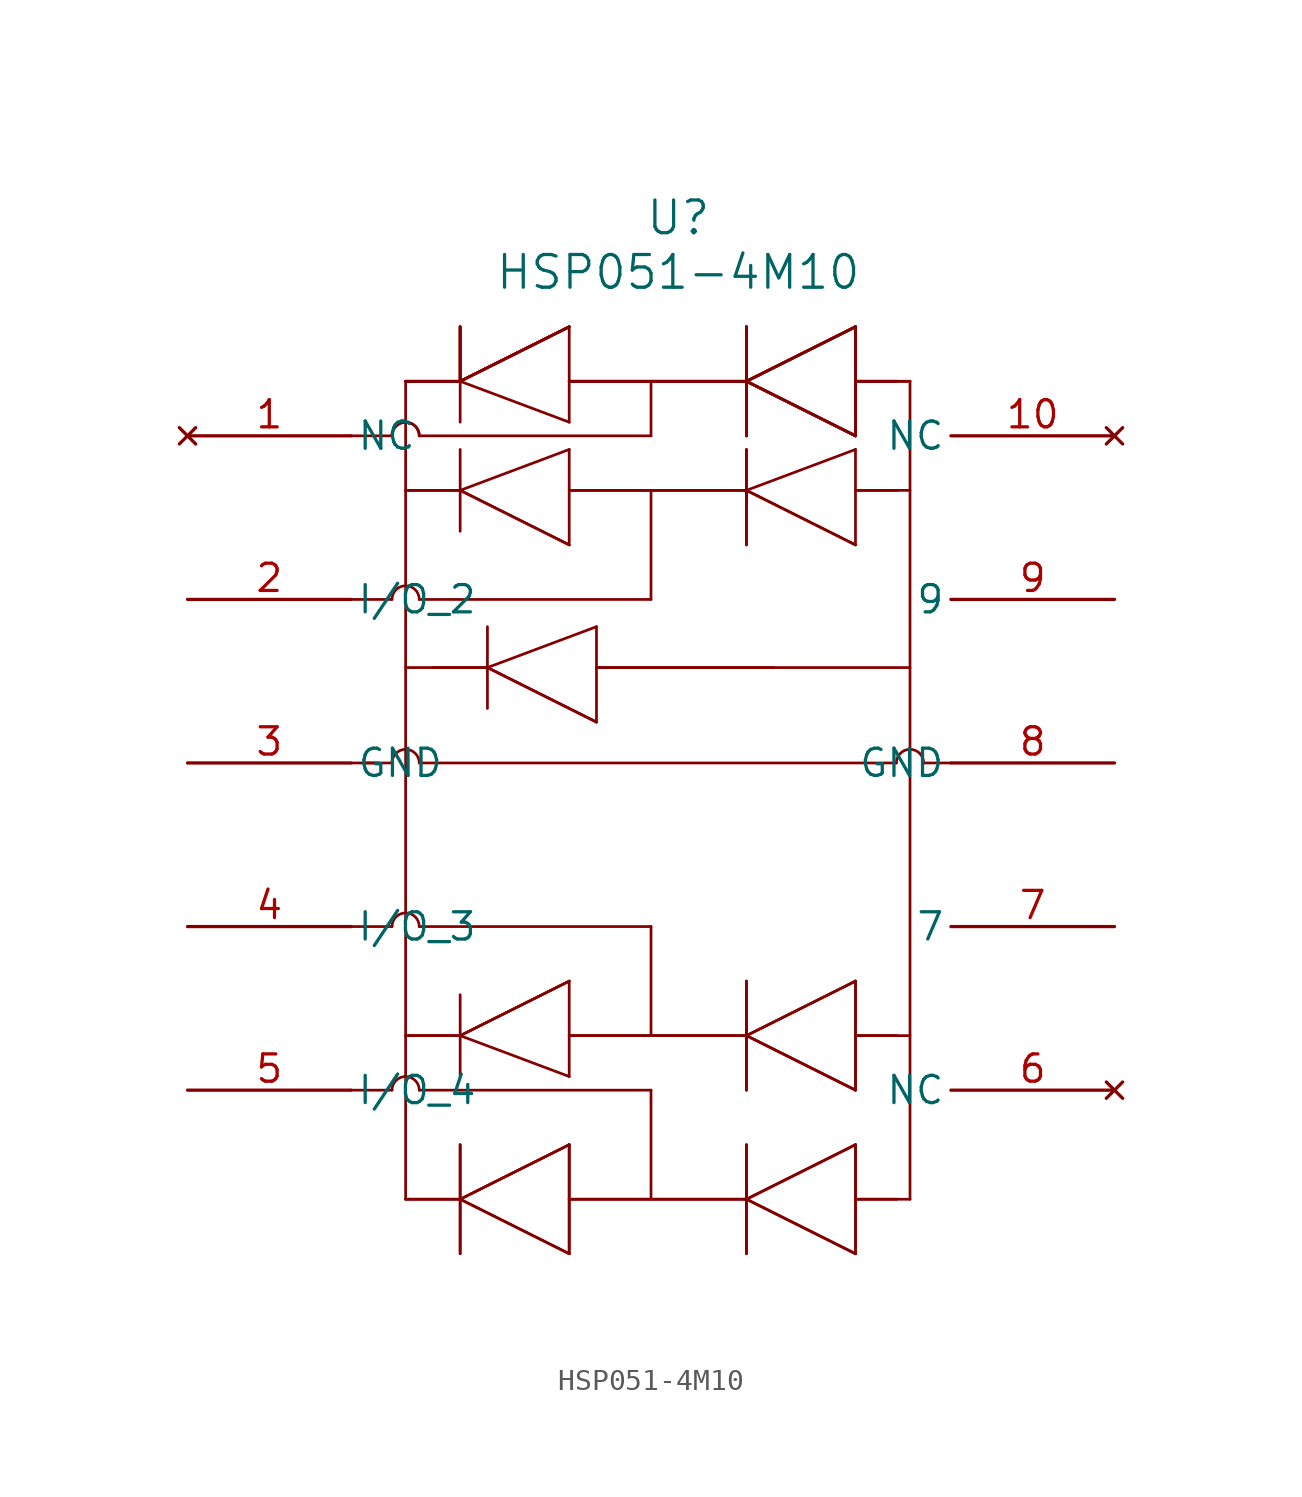
<source format=kicad_sym>
(kicad_symbol_lib
  (version 20211014)
  (generator kicad_symbol_editor)
  (symbol "HSP051-4M10"
    (pin_names
      (offset 0.254))
    (property "Reference" "U"
      (at 20.32 10.16 0)
      (effects (font (size 1.524 1.524))))
    (property "Value" "HSP051-4M10"
      (at 20.32 7.62 0)
      (effects (font (size 1.524 1.524))))
    (symbol "HSP051-4M10_0_1"
      (polyline (pts (xy 7.62 -30.48) (xy 7.62 -35.56)) (stroke (width 0.127) (type default) (color 0 0 0 0)) (fill (type none)))
      (polyline (pts (xy 7.62 2.54) (xy 10.16 2.54)) (stroke (width 0.127) (type default) (color 0 0 0 0)) (fill (type none)))
      (polyline (pts (xy 10.16 2.54) (xy 10.16 5.08)) (stroke (width 0.127) (type default) (color 0 0 0 0)) (fill (type none)))
      (polyline (pts (xy 10.16 2.54) (xy 10.16 0.635)) (stroke (width 0.127) (type default) (color 0 0 0 0)) (fill (type none)))
      (polyline (pts (xy 10.16 2.54) (xy 15.24 5.08)) (stroke (width 0.127) (type default) (color 0 0 0 0)) (fill (type none)))
      (polyline (pts (xy 15.24 0.635) (xy 10.16 2.54)) (stroke (width 0.127) (type default) (color 0 0 0 0)) (fill (type none)))
      (polyline (pts (xy 7.62 2.54) (xy 10.16 2.54)) (stroke (width 0.127) (type default) (color 0 0 0 0)) (fill (type none)))
      (polyline (pts (xy 10.16 2.54) (xy 10.16 5.08)) (stroke (width 0.127) (type default) (color 0 0 0 0)) (fill (type none)))
      (polyline (pts (xy 15.24 5.08) (xy 15.24 0.635)) (stroke (width 0.127) (type default) (color 0 0 0 0)) (fill (type none)))
      (polyline (pts (xy 10.16 2.54) (xy 15.24 5.08)) (stroke (width 0.127) (type default) (color 0 0 0 0)) (fill (type none)))
      (polyline (pts (xy 15.24 2.54) (xy 23.495 2.54)) (stroke (width 0.127) (type default) (color 0 0 0 0)) (fill (type none)))
      (polyline (pts (xy 23.495 2.54) (xy 23.495 5.08)) (stroke (width 0.127) (type default) (color 0 0 0 0)) (fill (type none)))
      (polyline (pts (xy 23.495 3.175) (xy 23.495 0.635)) (stroke (width 0.127) (type default) (color 0 0 0 0)) (fill (type none)))
      (polyline (pts (xy 23.495 0.635) (xy 23.495 0)) (stroke (width 0.127) (type default) (color 0 0 0 0)) (fill (type none)))
      (polyline (pts (xy 31.115 -35.56) (xy 31.115 2.54)) (stroke (width 0.127) (type default) (color 0 0 0 0)) (fill (type none)))
      (polyline (pts (xy 8.255 -30.48) (xy 19.05 -30.48)) (stroke (width 0.127) (type default) (color 0 0 0 0)) (fill (type none)))
      (polyline (pts (xy 23.495 2.54) (xy 28.575 5.08)) (stroke (width 0.127) (type default) (color 0 0 0 0)) (fill (type none)))
      (arc (start 8.255 -30.48) (mid 7.62 -29.845) (end 6.985 -30.48) (stroke (width 0.127) (type default) (color 0 0 0 0)) (fill (type none)))
      (polyline (pts (xy 7.62 -30.48) (xy 7.62 2.54)) (stroke (width 0.127) (type default) (color 0 0 0 0)) (fill (type none)))
      (polyline (pts (xy 28.575 5.08) (xy 28.575 0)) (stroke (width 0.127) (type default) (color 0 0 0 0)) (fill (type none)))
      (polyline (pts (xy 28.575 0) (xy 23.495 2.54)) (stroke (width 0.127) (type default) (color 0 0 0 0)) (fill (type none)))
      (polyline (pts (xy 28.575 2.54) (xy 30.48 2.54)) (stroke (width 0.127) (type default) (color 0 0 0 0)) (fill (type none)))
      (polyline (pts (xy 30.48 2.54) (xy 31.115 2.54)) (stroke (width 0.127) (type default) (color 0 0 0 0)) (fill (type none)))
      (polyline (pts (xy 7.62 -35.56) (xy 10.16 -35.56)) (stroke (width 0.127) (type default) (color 0 0 0 0)) (fill (type none)))
      (polyline (pts (xy 23.495 2.54) (xy 28.575 5.08)) (stroke (width 0.127) (type default) (color 0 0 0 0)) (fill (type none)))
      (polyline (pts (xy 28.575 5.08) (xy 28.575 0)) (stroke (width 0.127) (type default) (color 0 0 0 0)) (fill (type none)))
      (polyline (pts (xy 28.575 0) (xy 23.495 2.54)) (stroke (width 0.127) (type default) (color 0 0 0 0)) (fill (type none)))
      (polyline (pts (xy 28.575 2.54) (xy 30.48 2.54)) (stroke (width 0.127) (type default) (color 0 0 0 0)) (fill (type none)))
      (polyline (pts (xy 15.24 2.54) (xy 23.495 2.54)) (stroke (width 0.127) (type default) (color 0 0 0 0)) (fill (type none)))
      (polyline (pts (xy 23.495 2.54) (xy 23.495 5.08)) (stroke (width 0.127) (type default) (color 0 0 0 0)) (fill (type none)))
      (polyline (pts (xy 23.495 3.175) (xy 23.495 0.635)) (stroke (width 0.127) (type default) (color 0 0 0 0)) (fill (type none)))
      (polyline (pts (xy 23.495 0.635) (xy 23.495 0)) (stroke (width 0.127) (type default) (color 0 0 0 0)) (fill (type none)))
      (polyline (pts (xy 7.62 2.54) (xy 10.16 2.54)) (stroke (width 0.127) (type default) (color 0 0 0 0)) (fill (type none)))
      (polyline (pts (xy 10.16 2.54) (xy 10.16 5.08)) (stroke (width 0.127) (type default) (color 0 0 0 0)) (fill (type none)))
      (polyline (pts (xy 10.16 2.54) (xy 15.24 5.08)) (stroke (width 0.127) (type default) (color 0 0 0 0)) (fill (type none)))
      (polyline (pts (xy 7.62 2.54) (xy 10.16 2.54)) (stroke (width 0.127) (type default) (color 0 0 0 0)) (fill (type none)))
      (polyline (pts (xy 10.16 2.54) (xy 10.16 5.08)) (stroke (width 0.127) (type default) (color 0 0 0 0)) (fill (type none)))
      (polyline (pts (xy 10.16 2.54) (xy 15.24 5.08)) (stroke (width 0.127) (type default) (color 0 0 0 0)) (fill (type none)))
      (polyline (pts (xy 15.24 2.54) (xy 23.495 2.54)) (stroke (width 0.127) (type default) (color 0 0 0 0)) (fill (type none)))
      (polyline (pts (xy 23.495 2.54) (xy 23.495 5.08)) (stroke (width 0.127) (type default) (color 0 0 0 0)) (fill (type none)))
      (polyline (pts (xy 23.495 3.175) (xy 23.495 0.635)) (stroke (width 0.127) (type default) (color 0 0 0 0)) (fill (type none)))
      (polyline (pts (xy 23.495 0.635) (xy 23.495 0)) (stroke (width 0.127) (type default) (color 0 0 0 0)) (fill (type none)))
      (polyline (pts (xy 23.495 2.54) (xy 28.575 5.08)) (stroke (width 0.127) (type default) (color 0 0 0 0)) (fill (type none)))
      (polyline (pts (xy 28.575 5.08) (xy 28.575 0)) (stroke (width 0.127) (type default) (color 0 0 0 0)) (fill (type none)))
      (polyline (pts (xy 28.575 0) (xy 23.495 2.54)) (stroke (width 0.127) (type default) (color 0 0 0 0)) (fill (type none)))
      (polyline (pts (xy 28.575 2.54) (xy 30.48 2.54)) (stroke (width 0.127) (type default) (color 0 0 0 0)) (fill (type none)))
      (polyline (pts (xy 30.48 2.54) (xy 31.115 2.54)) (stroke (width 0.127) (type default) (color 0 0 0 0)) (fill (type none)))
      (polyline (pts (xy 10.16 -35.56) (xy 10.16 -33.02)) (stroke (width 0.127) (type default) (color 0 0 0 0)) (fill (type none)))
      (polyline (pts (xy 23.495 2.54) (xy 28.575 5.08)) (stroke (width 0.127) (type default) (color 0 0 0 0)) (fill (type none)))
      (polyline (pts (xy 28.575 5.08) (xy 28.575 0)) (stroke (width 0.127) (type default) (color 0 0 0 0)) (fill (type none)))
      (polyline (pts (xy 28.575 0) (xy 23.495 2.54)) (stroke (width 0.127) (type default) (color 0 0 0 0)) (fill (type none)))
      (polyline (pts (xy 28.575 2.54) (xy 30.48 2.54)) (stroke (width 0.127) (type default) (color 0 0 0 0)) (fill (type none)))
      (polyline (pts (xy 15.24 2.54) (xy 23.495 2.54)) (stroke (width 0.127) (type default) (color 0 0 0 0)) (fill (type none)))
      (polyline (pts (xy 23.495 2.54) (xy 23.495 5.08)) (stroke (width 0.127) (type default) (color 0 0 0 0)) (fill (type none)))
      (polyline (pts (xy 23.495 3.175) (xy 23.495 0.635)) (stroke (width 0.127) (type default) (color 0 0 0 0)) (fill (type none)))
      (polyline (pts (xy 23.495 0.635) (xy 23.495 0)) (stroke (width 0.127) (type default) (color 0 0 0 0)) (fill (type none)))
      (polyline (pts (xy 10.16 -35.56) (xy 10.16 -38.1)) (stroke (width 0.127) (type default) (color 0 0 0 0)) (fill (type none)))
      (polyline (pts (xy 10.16 -35.56) (xy 15.24 -33.02)) (stroke (width 0.127) (type default) (color 0 0 0 0)) (fill (type none)))
      (polyline (pts (xy 15.24 -38.1) (xy 10.16 -35.56)) (stroke (width 0.127) (type default) (color 0 0 0 0)) (fill (type none)))
      (polyline (pts (xy 7.62 -35.56) (xy 10.16 -35.56)) (stroke (width 0.127) (type default) (color 0 0 0 0)) (fill (type none)))
      (polyline (pts (xy 10.16 -35.56) (xy 10.16 -33.02)) (stroke (width 0.127) (type default) (color 0 0 0 0)) (fill (type none)))
      (polyline (pts (xy 10.16 -35.56) (xy 10.16 -38.1)) (stroke (width 0.127) (type default) (color 0 0 0 0)) (fill (type none)))
      (polyline (pts (xy 10.16 -35.56) (xy 15.24 -33.02)) (stroke (width 0.127) (type default) (color 0 0 0 0)) (fill (type none)))
      (polyline (pts (xy 15.24 -38.1) (xy 10.16 -35.56)) (stroke (width 0.127) (type default) (color 0 0 0 0)) (fill (type none)))
      (polyline (pts (xy 15.24 -33.02) (xy 15.24 -38.1)) (stroke (width 0.127) (type default) (color 0 0 0 0)) (fill (type none)))
      (polyline (pts (xy 15.24 -35.56) (xy 23.495 -35.56)) (stroke (width 0.127) (type default) (color 0 0 0 0)) (fill (type none)))
      (polyline (pts (xy 23.495 -35.56) (xy 23.495 -33.02)) (stroke (width 0.127) (type default) (color 0 0 0 0)) (fill (type none)))
      (polyline (pts (xy 23.495 -34.925) (xy 23.495 -37.465)) (stroke (width 0.127) (type default) (color 0 0 0 0)) (fill (type none)))
      (polyline (pts (xy 23.495 -37.465) (xy 23.495 -38.1)) (stroke (width 0.127) (type default) (color 0 0 0 0)) (fill (type none)))
      (polyline (pts (xy 23.495 -35.56) (xy 28.575 -33.02)) (stroke (width 0.127) (type default) (color 0 0 0 0)) (fill (type none)))
      (polyline (pts (xy 28.575 -33.02) (xy 28.575 -38.1)) (stroke (width 0.127) (type default) (color 0 0 0 0)) (fill (type none)))
      (polyline (pts (xy 28.575 -38.1) (xy 23.495 -35.56)) (stroke (width 0.127) (type default) (color 0 0 0 0)) (fill (type none)))
      (polyline (pts (xy 28.575 -35.56) (xy 30.48 -35.56)) (stroke (width 0.127) (type default) (color 0 0 0 0)) (fill (type none)))
      (polyline (pts (xy 30.48 -35.56) (xy 31.115 -35.56)) (stroke (width 0.127) (type default) (color 0 0 0 0)) (fill (type none)))
      (polyline (pts (xy 19.05 -30.48) (xy 19.05 -35.56)) (stroke (width 0.127) (type default) (color 0 0 0 0)) (fill (type none)))
      (polyline (pts (xy 23.495 -35.56) (xy 28.575 -33.02)) (stroke (width 0.127) (type default) (color 0 0 0 0)) (fill (type none)))
      (polyline (pts (xy 28.575 -33.02) (xy 28.575 -38.1)) (stroke (width 0.127) (type default) (color 0 0 0 0)) (fill (type none)))
      (polyline (pts (xy 28.575 -38.1) (xy 23.495 -35.56)) (stroke (width 0.127) (type default) (color 0 0 0 0)) (fill (type none)))
      (polyline (pts (xy 28.575 -35.56) (xy 30.48 -35.56)) (stroke (width 0.127) (type default) (color 0 0 0 0)) (fill (type none)))
      (polyline (pts (xy 15.24 -33.02) (xy 15.24 -38.1)) (stroke (width 0.127) (type default) (color 0 0 0 0)) (fill (type none)))
      (polyline (pts (xy 15.24 -35.56) (xy 23.495 -35.56)) (stroke (width 0.127) (type default) (color 0 0 0 0)) (fill (type none)))
      (polyline (pts (xy 23.495 -35.56) (xy 23.495 -33.02)) (stroke (width 0.127) (type default) (color 0 0 0 0)) (fill (type none)))
      (polyline (pts (xy 23.495 -34.925) (xy 23.495 -37.465)) (stroke (width 0.127) (type default) (color 0 0 0 0)) (fill (type none)))
      (polyline (pts (xy 23.495 -37.465) (xy 23.495 -38.1)) (stroke (width 0.127) (type default) (color 0 0 0 0)) (fill (type none)))
      (polyline (pts (xy 28.575 -27.94) (xy 30.48 -27.94)) (stroke (width 0.127) (type default) (color 0 0 0 0)) (fill (type none)))
      (polyline (pts (xy 30.48 -27.94) (xy 31.115 -27.94)) (stroke (width 0.127) (type default) (color 0 0 0 0)) (fill (type none)))
      (polyline (pts (xy 28.575 -27.94) (xy 30.48 -27.94)) (stroke (width 0.127) (type default) (color 0 0 0 0)) (fill (type none)))
      (polyline (pts (xy 7.62 -27.94) (xy 10.16 -27.94)) (stroke (width 0.127) (type default) (color 0 0 0 0)) (fill (type none)))
      (polyline (pts (xy 10.16 -27.94) (xy 10.16 -26.035)) (stroke (width 0.127) (type default) (color 0 0 0 0)) (fill (type none)))
      (polyline (pts (xy 10.16 -27.94) (xy 10.16 -29.845)) (stroke (width 0.127) (type default) (color 0 0 0 0)) (fill (type none)))
      (polyline (pts (xy 10.16 -27.94) (xy 15.24 -25.4)) (stroke (width 0.127) (type default) (color 0 0 0 0)) (fill (type none)))
      (polyline (pts (xy 15.24 -29.845) (xy 10.16 -27.94)) (stroke (width 0.127) (type default) (color 0 0 0 0)) (fill (type none)))
      (polyline (pts (xy 7.62 -27.94) (xy 10.16 -27.94)) (stroke (width 0.127) (type default) (color 0 0 0 0)) (fill (type none)))
      (polyline (pts (xy 15.24 -25.4) (xy 15.24 -29.845)) (stroke (width 0.127) (type default) (color 0 0 0 0)) (fill (type none)))
      (polyline (pts (xy 5.715 -15.24) (xy 6.35 -15.24)) (stroke (width 0.127) (type default) (color 0 0 0 0)) (fill (type none)))
      (polyline (pts (xy 10.16 -27.94) (xy 15.24 -25.4)) (stroke (width 0.127) (type default) (color 0 0 0 0)) (fill (type none)))
      (arc (start 8.255 -15.24) (mid 7.62 -14.605) (end 6.985 -15.24) (stroke (width 0.127) (type default) (color 0 0 0 0)) (fill (type none)))
      (arc (start 8.255 -22.86) (mid 7.62 -22.225) (end 6.985 -22.86) (stroke (width 0.127) (type default) (color 0 0 0 0)) (fill (type none)))
      (polyline (pts (xy 15.24 -27.94) (xy 23.495 -27.94)) (stroke (width 0.127) (type default) (color 0 0 0 0)) (fill (type none)))
      (polyline (pts (xy 23.495 -27.94) (xy 23.495 -25.4)) (stroke (width 0.127) (type default) (color 0 0 0 0)) (fill (type none)))
      (polyline (pts (xy 23.495 -27.305) (xy 23.495 -29.845)) (stroke (width 0.127) (type default) (color 0 0 0 0)) (fill (type none)))
      (polyline (pts (xy 23.495 -29.845) (xy 23.495 -30.48)) (stroke (width 0.127) (type default) (color 0 0 0 0)) (fill (type none)))
      (polyline (pts (xy 23.495 -27.94) (xy 28.575 -25.4)) (stroke (width 0.127) (type default) (color 0 0 0 0)) (fill (type none)))
      (polyline (pts (xy 28.575 -25.4) (xy 28.575 -30.48)) (stroke (width 0.127) (type default) (color 0 0 0 0)) (fill (type none)))
      (polyline (pts (xy 28.575 -30.48) (xy 23.495 -27.94)) (stroke (width 0.127) (type default) (color 0 0 0 0)) (fill (type none)))
      (polyline (pts (xy 19.05 -22.86) (xy 19.05 -27.94)) (stroke (width 0.127) (type default) (color 0 0 0 0)) (fill (type none)))
      (polyline (pts (xy 23.495 -27.94) (xy 28.575 -25.4)) (stroke (width 0.127) (type default) (color 0 0 0 0)) (fill (type none)))
      (polyline (pts (xy 28.575 -25.4) (xy 28.575 -30.48)) (stroke (width 0.127) (type default) (color 0 0 0 0)) (fill (type none)))
      (polyline (pts (xy 28.575 -30.48) (xy 23.495 -27.94)) (stroke (width 0.127) (type default) (color 0 0 0 0)) (fill (type none)))
      (polyline (pts (xy 8.255 -22.86) (xy 19.05 -22.86)) (stroke (width 0.127) (type default) (color 0 0 0 0)) (fill (type none)))
      (polyline (pts (xy 15.24 -27.94) (xy 23.495 -27.94)) (stroke (width 0.127) (type default) (color 0 0 0 0)) (fill (type none)))
      (polyline (pts (xy 23.495 -27.94) (xy 23.495 -25.4)) (stroke (width 0.127) (type default) (color 0 0 0 0)) (fill (type none)))
      (polyline (pts (xy 23.495 -27.305) (xy 23.495 -29.845)) (stroke (width 0.127) (type default) (color 0 0 0 0)) (fill (type none)))
      (polyline (pts (xy 23.495 -29.845) (xy 23.495 -30.48)) (stroke (width 0.127) (type default) (color 0 0 0 0)) (fill (type none)))
      (polyline (pts (xy 5.08 -15.24) (xy 6.985 -15.24)) (stroke (width 0.127) (type default) (color 0 0 0 0)) (fill (type none)))
      (polyline (pts (xy 5.08 -30.48) (xy 6.985 -30.48)) (stroke (width 0.127) (type default) (color 0 0 0 0)) (fill (type none)))
      (polyline (pts (xy 5.08 -22.86) (xy 6.985 -22.86)) (stroke (width 0.127) (type default) (color 0 0 0 0)) (fill (type none)))
      (arc (start 8.255 0) (mid 7.62 0.635) (end 6.985 0) (stroke (width 0.127) (type default) (color 0 0 0 0)) (fill (type none)))
      (arc (start 8.255 0) (mid 7.62 0.635) (end 6.985 0) (stroke (width 0.127) (type default) (color 0 0 0 0)) (fill (type none)))
      (arc (start 31.75 -15.24) (mid 31.115 -14.605) (end 30.48 -15.24) (stroke (width 0.127) (type default) (color 0 0 0 0)) (fill (type none)))
      (polyline (pts (xy 8.255 -15.24) (xy 30.48 -15.24)) (stroke (width 0.127) (type default) (color 0 0 0 0)) (fill (type none)))
      (polyline (pts (xy 31.75 -15.24) (xy 33.02 -15.24)) (stroke (width 0.127) (type default) (color 0 0 0 0)) (fill (type none)))
      (arc (start 8.255 -7.62) (mid 7.62 -6.985) (end 6.985 -7.62) (stroke (width 0.127) (type default) (color 0 0 0 0)) (fill (type none)))
      (polyline (pts (xy 28.575 -2.54) (xy 30.48 -2.54)) (stroke (width 0.127) (type default) (color 0 0 0 0)) (fill (type none)))
      (polyline (pts (xy 28.575 -2.54) (xy 30.48 -2.54)) (stroke (width 0.127) (type default) (color 0 0 0 0)) (fill (type none)))
      (polyline (pts (xy 7.62 -2.54) (xy 10.16 -2.54)) (stroke (width 0.127) (type default) (color 0 0 0 0)) (fill (type none)))
      (polyline (pts (xy 10.16 -2.54) (xy 10.16 -4.445)) (stroke (width 0.127) (type default) (color 0 0 0 0)) (fill (type none)))
      (polyline (pts (xy 10.16 -2.54) (xy 10.16 -0.635)) (stroke (width 0.127) (type default) (color 0 0 0 0)) (fill (type none)))
      (polyline (pts (xy 10.16 -2.54) (xy 15.24 -5.08)) (stroke (width 0.127) (type default) (color 0 0 0 0)) (fill (type none)))
      (polyline (pts (xy 15.24 -0.635) (xy 10.16 -2.54)) (stroke (width 0.127) (type default) (color 0 0 0 0)) (fill (type none)))
      (polyline (pts (xy 7.62 -2.54) (xy 10.16 -2.54)) (stroke (width 0.127) (type default) (color 0 0 0 0)) (fill (type none)))
      (polyline (pts (xy 15.24 -5.08) (xy 15.24 -0.635)) (stroke (width 0.127) (type default) (color 0 0 0 0)) (fill (type none)))
      (polyline (pts (xy 10.16 -2.54) (xy 15.24 -5.08)) (stroke (width 0.127) (type default) (color 0 0 0 0)) (fill (type none)))
      (polyline (pts (xy 15.24 -2.54) (xy 23.495 -2.54)) (stroke (width 0.127) (type default) (color 0 0 0 0)) (fill (type none)))
      (polyline (pts (xy 23.495 -2.54) (xy 23.495 -5.08)) (stroke (width 0.127) (type default) (color 0 0 0 0)) (fill (type none)))
      (polyline (pts (xy 23.495 -3.175) (xy 23.495 -0.635)) (stroke (width 0.127) (type default) (color 0 0 0 0)) (fill (type none)))
      (polyline (pts (xy 23.495 -2.54) (xy 28.575 -5.08)) (stroke (width 0.127) (type default) (color 0 0 0 0)) (fill (type none)))
      (polyline (pts (xy 28.575 -5.08) (xy 28.575 -0.635)) (stroke (width 0.127) (type default) (color 0 0 0 0)) (fill (type none)))
      (polyline (pts (xy 28.575 -0.635) (xy 23.495 -2.54)) (stroke (width 0.127) (type default) (color 0 0 0 0)) (fill (type none)))
      (polyline (pts (xy 19.05 -7.62) (xy 19.05 -2.54)) (stroke (width 0.127) (type default) (color 0 0 0 0)) (fill (type none)))
      (polyline (pts (xy 23.495 -2.54) (xy 28.575 -5.08)) (stroke (width 0.127) (type default) (color 0 0 0 0)) (fill (type none)))
      (polyline (pts (xy 8.89 -10.795) (xy 11.43 -10.795)) (stroke (width 0.127) (type default) (color 0 0 0 0)) (fill (type none)))
      (polyline (pts (xy 11.43 -10.795) (xy 11.43 -12.7)) (stroke (width 0.127) (type default) (color 0 0 0 0)) (fill (type none)))
      (polyline (pts (xy 15.24 -2.54) (xy 23.495 -2.54)) (stroke (width 0.127) (type default) (color 0 0 0 0)) (fill (type none)))
      (polyline (pts (xy 23.495 -2.54) (xy 23.495 -5.08)) (stroke (width 0.127) (type default) (color 0 0 0 0)) (fill (type none)))
      (polyline (pts (xy 23.495 -3.175) (xy 23.495 -0.635)) (stroke (width 0.127) (type default) (color 0 0 0 0)) (fill (type none)))
      (polyline (pts (xy 8.255 -7.62) (xy 19.05 -7.62)) (stroke (width 0.127) (type default) (color 0 0 0 0)) (fill (type none)))
      (polyline (pts (xy 30.48 -2.54) (xy 31.115 -2.54)) (stroke (width 0.127) (type default) (color 0 0 0 0)) (fill (type none)))
      (polyline (pts (xy 11.43 -10.795) (xy 11.43 -8.89)) (stroke (width 0.127) (type default) (color 0 0 0 0)) (fill (type none)))
      (polyline (pts (xy 11.43 -10.795) (xy 16.51 -13.335)) (stroke (width 0.127) (type default) (color 0 0 0 0)) (fill (type none)))
      (polyline (pts (xy 16.51 -8.89) (xy 11.43 -10.795)) (stroke (width 0.127) (type default) (color 0 0 0 0)) (fill (type none)))
      (polyline (pts (xy 8.89 -10.795) (xy 11.43 -10.795)) (stroke (width 0.127) (type default) (color 0 0 0 0)) (fill (type none)))
      (polyline (pts (xy 16.51 -13.335) (xy 16.51 -8.89)) (stroke (width 0.127) (type default) (color 0 0 0 0)) (fill (type none)))
      (polyline (pts (xy 11.43 -10.795) (xy 16.51 -13.335)) (stroke (width 0.127) (type default) (color 0 0 0 0)) (fill (type none)))
      (polyline (pts (xy 16.51 -10.795) (xy 24.765 -10.795)) (stroke (width 0.127) (type default) (color 0 0 0 0)) (fill (type none)))
      (polyline (pts (xy 16.51 -10.795) (xy 24.765 -10.795)) (stroke (width 0.127) (type default) (color 0 0 0 0)) (fill (type none)))
      (polyline (pts (xy 5.08 -7.62) (xy 6.985 -7.62)) (stroke (width 0.127) (type default) (color 0 0 0 0)) (fill (type none)))
      (polyline (pts (xy 5.08 0) (xy 6.985 0)) (stroke (width 0.127) (type default) (color 0 0 0 0)) (fill (type none)))
      (polyline (pts (xy 19.05 0) (xy 8.255 0)) (stroke (width 0.127) (type default) (color 0 0 0 0)) (fill (type none)))
      (polyline (pts (xy 19.05 0) (xy 19.05 2.54)) (stroke (width 0.127) (type default) (color 0 0 0 0)) (fill (type none)))
      (polyline (pts (xy 8.89 -10.795) (xy 7.62 -10.795)) (stroke (width 0.127) (type default) (color 0 0 0 0)) (fill (type none)))
      (polyline (pts (xy 24.765 -10.795) (xy 31.115 -10.795)) (stroke (width 0.127) (type default) (color 0 0 0 0)) (fill (type none)))
      (pin no_connect line (at -2.54 0 0) (length 7.62) (name "NC" (effects (font (size 1.27 1.27)))) (number "1" (effects (font (size 1.27 1.27)))))
      (pin bidirectional line (at -2.54 -7.62 0) (length 7.62) (name "I/O 2" (effects (font (size 1.27 1.27)))) (number "2" (effects (font (size 1.27 1.27)))))
      (pin power_out line (at -2.54 -15.24 0) (length 7.62) (name "GND" (effects (font (size 1.27 1.27)))) (number "3" (effects (font (size 1.27 1.27)))))
      (pin bidirectional line (at -2.54 -22.86 0) (length 7.62) (name "I/O 3" (effects (font (size 1.27 1.27)))) (number "4" (effects (font (size 1.27 1.27)))))
      (pin bidirectional line (at -2.54 -30.48 0) (length 7.62) (name "I/O 4" (effects (font (size 1.27 1.27)))) (number "5" (effects (font (size 1.27 1.27)))))
      (pin no_connect line (at 40.64 -30.48 180) (length 7.62) (name "NC" (effects (font (size 1.27 1.27)))) (number "6" (effects (font (size 1.27 1.27)))))
      (pin unspecified line (at 40.64 -22.86 180) (length 7.62) (name "7" (effects (font (size 1.27 1.27)))) (number "7" (effects (font (size 1.27 1.27)))))
      (pin power_out line (at 40.64 -15.24 180) (length 7.62) (name "GND" (effects (font (size 1.27 1.27)))) (number "8" (effects (font (size 1.27 1.27)))))
      (pin unspecified line (at 40.64 -7.62 180) (length 7.62) (name "9" (effects (font (size 1.27 1.27)))) (number "9" (effects (font (size 1.27 1.27)))))
      (pin no_connect line (at 40.64 0 180) (length 7.62) (name "NC" (effects (font (size 1.27 1.27)))) (number "10" (effects (font (size 1.27 1.27))))))))
</source>
